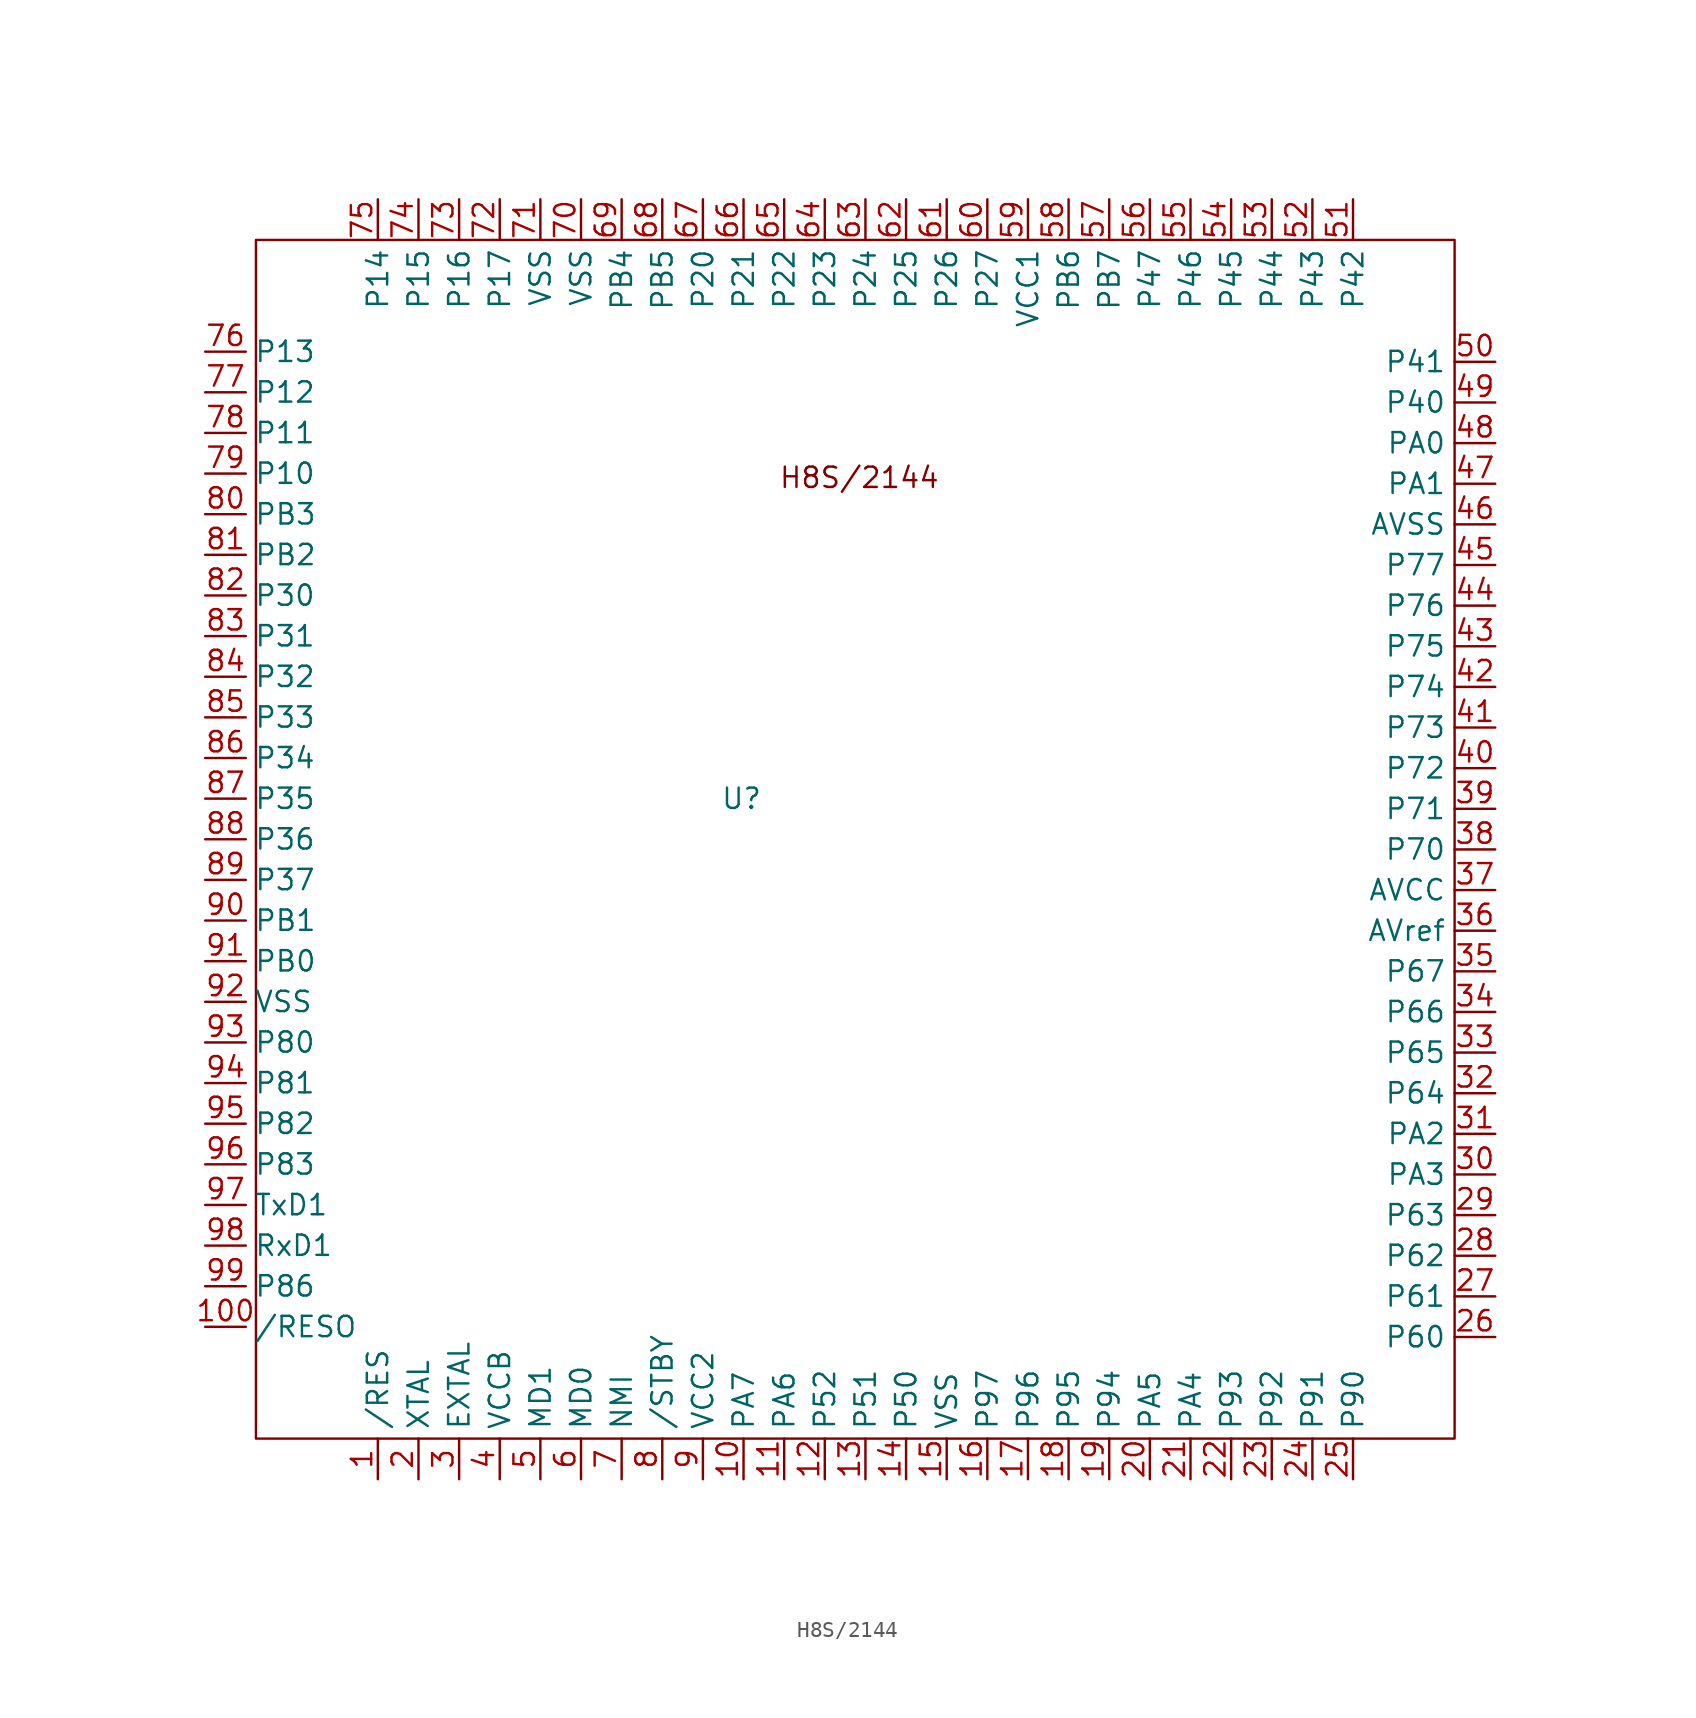
<source format=kicad_sym>
(kicad_symbol_lib
  (version 20231120)
  (generator "kicad_symbol_editor")
  (generator_version "8.0")
  (symbol "H8S/2144"
    (property "Reference" "U"
      (at -7.112 1.27 0)
      (effects (font (size 1.27 1.27))))
    (property "Value" ""
      (at -17.145 -23.495 0)
      (effects (font (size 1.27 1.27))))
    (symbol "H8S/2144_0_1"
      (rectangle (start 37.465 -38.735) (end -37.465 36.195) (stroke (width 0) (type default)) (fill (type none))))
    (symbol "H8S/2144_1_1"
      (text "H8S/2144\n" (at 0.254 21.336 0) (effects (font (size 1.27 1.27))))
      (pin input line (at -29.845 -41.275 90) (length 2.54) (name "/RES" (effects (font (size 1.27 1.27)))) (number "1" (effects (font (size 1.27 1.27)))))
      (pin input line (at -6.985 -41.275 90) (length 2.54) (name "PA7" (effects (font (size 1.27 1.27)))) (number "10" (effects (font (size 1.27 1.27)))))
      (pin input line (at -40.64 -31.75 0) (length 2.54) (name "/RESO" (effects (font (size 1.27 1.27)))) (number "100" (effects (font (size 1.27 1.27)))))
      (pin input line (at -4.445 -41.275 90) (length 2.54) (name "PA6" (effects (font (size 1.27 1.27)))) (number "11" (effects (font (size 1.27 1.27)))))
      (pin input line (at -1.905 -41.275 90) (length 2.54) (name "P52" (effects (font (size 1.27 1.27)))) (number "12" (effects (font (size 1.27 1.27)))))
      (pin input line (at 0.635 -41.275 90) (length 2.54) (name "P51" (effects (font (size 1.27 1.27)))) (number "13" (effects (font (size 1.27 1.27)))))
      (pin input line (at 3.175 -41.275 90) (length 2.54) (name "P50" (effects (font (size 1.27 1.27)))) (number "14" (effects (font (size 1.27 1.27)))))
      (pin input line (at 5.715 -41.275 90) (length 2.54) (name "VSS" (effects (font (size 1.27 1.27)))) (number "15" (effects (font (size 1.27 1.27)))))
      (pin input line (at 8.255 -41.275 90) (length 2.54) (name "P97" (effects (font (size 1.27 1.27)))) (number "16" (effects (font (size 1.27 1.27)))))
      (pin input line (at 10.795 -41.275 90) (length 2.54) (name "P96" (effects (font (size 1.27 1.27)))) (number "17" (effects (font (size 1.27 1.27)))))
      (pin input line (at 13.335 -41.275 90) (length 2.54) (name "P95" (effects (font (size 1.27 1.27)))) (number "18" (effects (font (size 1.27 1.27)))))
      (pin input line (at 15.875 -41.275 90) (length 2.54) (name "P94" (effects (font (size 1.27 1.27)))) (number "19" (effects (font (size 1.27 1.27)))))
      (pin input line (at -27.305 -41.275 90) (length 2.54) (name "XTAL" (effects (font (size 1.27 1.27)))) (number "2" (effects (font (size 1.27 1.27)))))
      (pin input line (at 18.415 -41.275 90) (length 2.54) (name "PA5" (effects (font (size 1.27 1.27)))) (number "20" (effects (font (size 1.27 1.27)))))
      (pin input line (at 20.955 -41.275 90) (length 2.54) (name "PA4" (effects (font (size 1.27 1.27)))) (number "21" (effects (font (size 1.27 1.27)))))
      (pin input line (at 23.495 -41.275 90) (length 2.54) (name "P93" (effects (font (size 1.27 1.27)))) (number "22" (effects (font (size 1.27 1.27)))))
      (pin input line (at 26.035 -41.275 90) (length 2.54) (name "P92" (effects (font (size 1.27 1.27)))) (number "23" (effects (font (size 1.27 1.27)))))
      (pin input line (at 28.575 -41.275 90) (length 2.54) (name "P91" (effects (font (size 1.27 1.27)))) (number "24" (effects (font (size 1.27 1.27)))))
      (pin input line (at 31.115 -41.275 90) (length 2.54) (name "P90" (effects (font (size 1.27 1.27)))) (number "25" (effects (font (size 1.27 1.27)))))
      (pin input line (at 40.005 -32.385 180) (length 2.54) (name "P60" (effects (font (size 1.27 1.27)))) (number "26" (effects (font (size 1.27 1.27)))))
      (pin input line (at 40.005 -29.845 180) (length 2.54) (name "P61" (effects (font (size 1.27 1.27)))) (number "27" (effects (font (size 1.27 1.27)))))
      (pin input line (at 40.005 -27.305 180) (length 2.54) (name "P62" (effects (font (size 1.27 1.27)))) (number "28" (effects (font (size 1.27 1.27)))))
      (pin input line (at 40.005 -24.765 180) (length 2.54) (name "P63" (effects (font (size 1.27 1.27)))) (number "29" (effects (font (size 1.27 1.27)))))
      (pin input line (at -24.765 -41.275 90) (length 2.54) (name "EXTAL" (effects (font (size 1.27 1.27)))) (number "3" (effects (font (size 1.27 1.27)))))
      (pin input line (at 40.005 -22.225 180) (length 2.54) (name "PA3" (effects (font (size 1.27 1.27)))) (number "30" (effects (font (size 1.27 1.27)))))
      (pin input line (at 40.005 -19.685 180) (length 2.54) (name "PA2" (effects (font (size 1.27 1.27)))) (number "31" (effects (font (size 1.27 1.27)))))
      (pin input line (at 40.005 -17.145 180) (length 2.54) (name "P64" (effects (font (size 1.27 1.27)))) (number "32" (effects (font (size 1.27 1.27)))))
      (pin input line (at 40.005 -14.605 180) (length 2.54) (name "P65" (effects (font (size 1.27 1.27)))) (number "33" (effects (font (size 1.27 1.27)))))
      (pin input line (at 40.005 -12.065 180) (length 2.54) (name "P66" (effects (font (size 1.27 1.27)))) (number "34" (effects (font (size 1.27 1.27)))))
      (pin input line (at 40.005 -9.525 180) (length 2.54) (name "P67" (effects (font (size 1.27 1.27)))) (number "35" (effects (font (size 1.27 1.27)))))
      (pin input line (at 40.005 -6.985 180) (length 2.54) (name "AVref" (effects (font (size 1.27 1.27)))) (number "36" (effects (font (size 1.27 1.27)))))
      (pin input line (at 40.005 -4.445 180) (length 2.54) (name "AVCC" (effects (font (size 1.27 1.27)))) (number "37" (effects (font (size 1.27 1.27)))))
      (pin input line (at 40.005 -1.905 180) (length 2.54) (name "P70" (effects (font (size 1.27 1.27)))) (number "38" (effects (font (size 1.27 1.27)))))
      (pin input line (at 40.005 0.635 180) (length 2.54) (name "P71" (effects (font (size 1.27 1.27)))) (number "39" (effects (font (size 1.27 1.27)))))
      (pin input line (at -22.225 -41.275 90) (length 2.54) (name "VCCB" (effects (font (size 1.27 1.27)))) (number "4" (effects (font (size 1.27 1.27)))))
      (pin input line (at 40.005 3.175 180) (length 2.54) (name "P72" (effects (font (size 1.27 1.27)))) (number "40" (effects (font (size 1.27 1.27)))))
      (pin input line (at 40.005 5.715 180) (length 2.54) (name "P73" (effects (font (size 1.27 1.27)))) (number "41" (effects (font (size 1.27 1.27)))))
      (pin input line (at 40.005 8.255 180) (length 2.54) (name "P74" (effects (font (size 1.27 1.27)))) (number "42" (effects (font (size 1.27 1.27)))))
      (pin input line (at 40.005 10.795 180) (length 2.54) (name "P75" (effects (font (size 1.27 1.27)))) (number "43" (effects (font (size 1.27 1.27)))))
      (pin input line (at 40.005 13.335 180) (length 2.54) (name "P76" (effects (font (size 1.27 1.27)))) (number "44" (effects (font (size 1.27 1.27)))))
      (pin input line (at 40.005 15.875 180) (length 2.54) (name "P77" (effects (font (size 1.27 1.27)))) (number "45" (effects (font (size 1.27 1.27)))))
      (pin input line (at 40.005 18.415 180) (length 2.54) (name "AVSS" (effects (font (size 1.27 1.27)))) (number "46" (effects (font (size 1.27 1.27)))))
      (pin input line (at 40.005 20.955 180) (length 2.54) (name "PA1" (effects (font (size 1.27 1.27)))) (number "47" (effects (font (size 1.27 1.27)))))
      (pin input line (at 40.005 23.495 180) (length 2.54) (name "PA0" (effects (font (size 1.27 1.27)))) (number "48" (effects (font (size 1.27 1.27)))))
      (pin input line (at 40.005 26.035 180) (length 2.54) (name "P40" (effects (font (size 1.27 1.27)))) (number "49" (effects (font (size 1.27 1.27)))))
      (pin input line (at -19.685 -41.275 90) (length 2.54) (name "MD1" (effects (font (size 1.27 1.27)))) (number "5" (effects (font (size 1.27 1.27)))))
      (pin input line (at 40.005 28.575 180) (length 2.54) (name "P41" (effects (font (size 1.27 1.27)))) (number "50" (effects (font (size 1.27 1.27)))))
      (pin input line (at 31.115 38.735 270) (length 2.54) (name "P42" (effects (font (size 1.27 1.27)))) (number "51" (effects (font (size 1.27 1.27)))))
      (pin input line (at 28.575 38.735 270) (length 2.54) (name "P43" (effects (font (size 1.27 1.27)))) (number "52" (effects (font (size 1.27 1.27)))))
      (pin input line (at 26.035 38.735 270) (length 2.54) (name "P44" (effects (font (size 1.27 1.27)))) (number "53" (effects (font (size 1.27 1.27)))))
      (pin input line (at 23.495 38.735 270) (length 2.54) (name "P45" (effects (font (size 1.27 1.27)))) (number "54" (effects (font (size 1.27 1.27)))))
      (pin input line (at 20.955 38.735 270) (length 2.54) (name "P46" (effects (font (size 1.27 1.27)))) (number "55" (effects (font (size 1.27 1.27)))))
      (pin input line (at 18.415 38.735 270) (length 2.54) (name "P47" (effects (font (size 1.27 1.27)))) (number "56" (effects (font (size 1.27 1.27)))))
      (pin input line (at 15.875 38.735 270) (length 2.54) (name "PB7" (effects (font (size 1.27 1.27)))) (number "57" (effects (font (size 1.27 1.27)))))
      (pin input line (at 13.335 38.735 270) (length 2.54) (name "PB6" (effects (font (size 1.27 1.27)))) (number "58" (effects (font (size 1.27 1.27)))))
      (pin input line (at 10.795 38.735 270) (length 2.54) (name "VCC1" (effects (font (size 1.27 1.27)))) (number "59" (effects (font (size 1.27 1.27)))))
      (pin input line (at -17.145 -41.275 90) (length 2.54) (name "MD0" (effects (font (size 1.27 1.27)))) (number "6" (effects (font (size 1.27 1.27)))))
      (pin input line (at 8.255 38.735 270) (length 2.54) (name "P27" (effects (font (size 1.27 1.27)))) (number "60" (effects (font (size 1.27 1.27)))))
      (pin input line (at 5.715 38.735 270) (length 2.54) (name "P26" (effects (font (size 1.27 1.27)))) (number "61" (effects (font (size 1.27 1.27)))))
      (pin input line (at 3.175 38.735 270) (length 2.54) (name "P25" (effects (font (size 1.27 1.27)))) (number "62" (effects (font (size 1.27 1.27)))))
      (pin input line (at 0.635 38.735 270) (length 2.54) (name "P24" (effects (font (size 1.27 1.27)))) (number "63" (effects (font (size 1.27 1.27)))))
      (pin input line (at -1.905 38.735 270) (length 2.54) (name "P23" (effects (font (size 1.27 1.27)))) (number "64" (effects (font (size 1.27 1.27)))))
      (pin input line (at -4.445 38.735 270) (length 2.54) (name "P22" (effects (font (size 1.27 1.27)))) (number "65" (effects (font (size 1.27 1.27)))))
      (pin input line (at -6.985 38.735 270) (length 2.54) (name "P21" (effects (font (size 1.27 1.27)))) (number "66" (effects (font (size 1.27 1.27)))))
      (pin input line (at -9.525 38.735 270) (length 2.54) (name "P20" (effects (font (size 1.27 1.27)))) (number "67" (effects (font (size 1.27 1.27)))))
      (pin input line (at -12.065 38.735 270) (length 2.54) (name "PB5" (effects (font (size 1.27 1.27)))) (number "68" (effects (font (size 1.27 1.27)))))
      (pin input line (at -14.605 38.735 270) (length 2.54) (name "PB4" (effects (font (size 1.27 1.27)))) (number "69" (effects (font (size 1.27 1.27)))))
      (pin input line (at -14.605 -41.275 90) (length 2.54) (name "NMI" (effects (font (size 1.27 1.27)))) (number "7" (effects (font (size 1.27 1.27)))))
      (pin input line (at -17.145 38.735 270) (length 2.54) (name "VSS" (effects (font (size 1.27 1.27)))) (number "70" (effects (font (size 1.27 1.27)))))
      (pin input line (at -19.685 38.735 270) (length 2.54) (name "VSS" (effects (font (size 1.27 1.27)))) (number "71" (effects (font (size 1.27 1.27)))))
      (pin input line (at -22.225 38.735 270) (length 2.54) (name "P17" (effects (font (size 1.27 1.27)))) (number "72" (effects (font (size 1.27 1.27)))))
      (pin input line (at -24.765 38.735 270) (length 2.54) (name "P16" (effects (font (size 1.27 1.27)))) (number "73" (effects (font (size 1.27 1.27)))))
      (pin input line (at -27.305 38.735 270) (length 2.54) (name "P15" (effects (font (size 1.27 1.27)))) (number "74" (effects (font (size 1.27 1.27)))))
      (pin input line (at -29.845 38.735 270) (length 2.54) (name "P14" (effects (font (size 1.27 1.27)))) (number "75" (effects (font (size 1.27 1.27)))))
      (pin input line (at -40.64 29.21 0) (length 2.54) (name "P13" (effects (font (size 1.27 1.27)))) (number "76" (effects (font (size 1.27 1.27)))))
      (pin input line (at -40.64 26.67 0) (length 2.54) (name "P12" (effects (font (size 1.27 1.27)))) (number "77" (effects (font (size 1.27 1.27)))))
      (pin input line (at -40.64 24.13 0) (length 2.54) (name "P11" (effects (font (size 1.27 1.27)))) (number "78" (effects (font (size 1.27 1.27)))))
      (pin input line (at -40.64 21.59 0) (length 2.54) (name "P10" (effects (font (size 1.27 1.27)))) (number "79" (effects (font (size 1.27 1.27)))))
      (pin input line (at -12.065 -41.275 90) (length 2.54) (name "/STBY" (effects (font (size 1.27 1.27)))) (number "8" (effects (font (size 1.27 1.27)))))
      (pin input line (at -40.64 19.05 0) (length 2.54) (name "PB3" (effects (font (size 1.27 1.27)))) (number "80" (effects (font (size 1.27 1.27)))))
      (pin input line (at -40.64 16.51 0) (length 2.54) (name "PB2" (effects (font (size 1.27 1.27)))) (number "81" (effects (font (size 1.27 1.27)))))
      (pin input line (at -40.64 13.97 0) (length 2.54) (name "P30" (effects (font (size 1.27 1.27)))) (number "82" (effects (font (size 1.27 1.27)))))
      (pin input line (at -40.64 11.43 0) (length 2.54) (name "P31" (effects (font (size 1.27 1.27)))) (number "83" (effects (font (size 1.27 1.27)))))
      (pin input line (at -40.64 8.89 0) (length 2.54) (name "P32" (effects (font (size 1.27 1.27)))) (number "84" (effects (font (size 1.27 1.27)))))
      (pin input line (at -40.64 6.35 0) (length 2.54) (name "P33" (effects (font (size 1.27 1.27)))) (number "85" (effects (font (size 1.27 1.27)))))
      (pin input line (at -40.64 3.81 0) (length 2.54) (name "P34" (effects (font (size 1.27 1.27)))) (number "86" (effects (font (size 1.27 1.27)))))
      (pin input line (at -40.64 1.27 0) (length 2.54) (name "P35" (effects (font (size 1.27 1.27)))) (number "87" (effects (font (size 1.27 1.27)))))
      (pin input line (at -40.64 -1.27 0) (length 2.54) (name "P36" (effects (font (size 1.27 1.27)))) (number "88" (effects (font (size 1.27 1.27)))))
      (pin input line (at -40.64 -3.81 0) (length 2.54) (name "P37" (effects (font (size 1.27 1.27)))) (number "89" (effects (font (size 1.27 1.27)))))
      (pin input line (at -9.525 -41.275 90) (length 2.54) (name "VCC2" (effects (font (size 1.27 1.27)))) (number "9" (effects (font (size 1.27 1.27)))))
      (pin input line (at -40.64 -6.35 0) (length 2.54) (name "PB1" (effects (font (size 1.27 1.27)))) (number "90" (effects (font (size 1.27 1.27)))))
      (pin input line (at -40.64 -8.89 0) (length 2.54) (name "PB0" (effects (font (size 1.27 1.27)))) (number "91" (effects (font (size 1.27 1.27)))))
      (pin input line (at -40.64 -11.43 0) (length 2.54) (name "VSS" (effects (font (size 1.27 1.27)))) (number "92" (effects (font (size 1.27 1.27)))))
      (pin input line (at -40.64 -13.97 0) (length 2.54) (name "P80" (effects (font (size 1.27 1.27)))) (number "93" (effects (font (size 1.27 1.27)))))
      (pin input line (at -40.64 -16.51 0) (length 2.54) (name "P81" (effects (font (size 1.27 1.27)))) (number "94" (effects (font (size 1.27 1.27)))))
      (pin input line (at -40.64 -19.05 0) (length 2.54) (name "P82" (effects (font (size 1.27 1.27)))) (number "95" (effects (font (size 1.27 1.27)))))
      (pin input line (at -40.64 -21.59 0) (length 2.54) (name "P83" (effects (font (size 1.27 1.27)))) (number "96" (effects (font (size 1.27 1.27)))))
      (pin input line (at -40.64 -24.13 0) (length 2.54) (name "TxD1" (effects (font (size 1.27 1.27)))) (number "97" (effects (font (size 1.27 1.27)))))
      (pin input line (at -40.64 -26.67 0) (length 2.54) (name "RxD1" (effects (font (size 1.27 1.27)))) (number "98" (effects (font (size 1.27 1.27)))))
      (pin input line (at -40.64 -29.21 0) (length 2.54) (name "P86" (effects (font (size 1.27 1.27)))) (number "99" (effects (font (size 1.27 1.27))))))))
</source>
